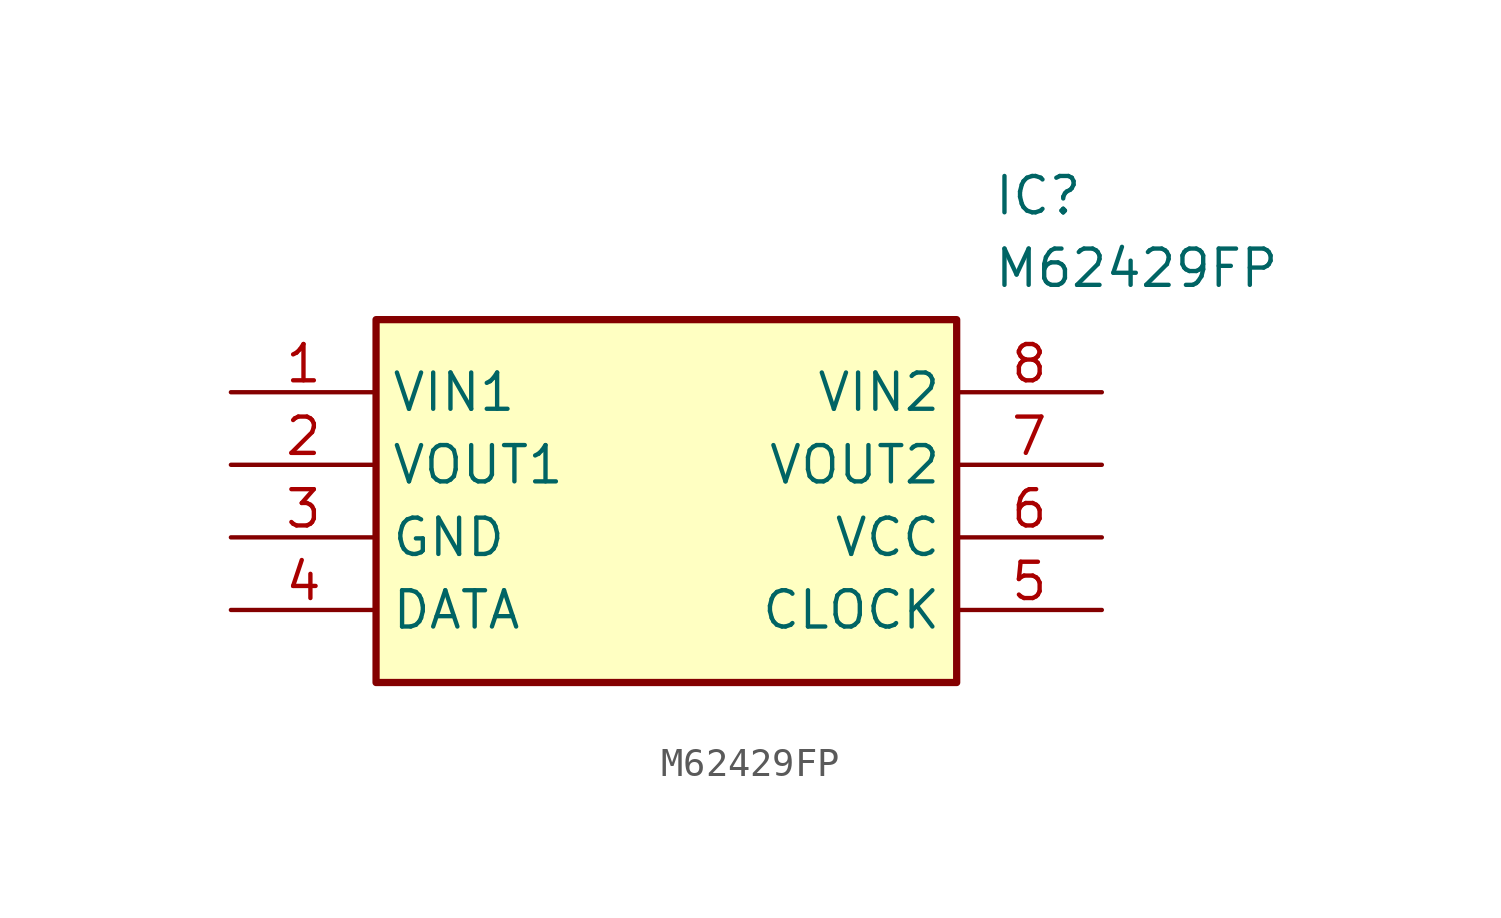
<source format=kicad_sym>
(kicad_symbol_lib
  (version 20211014)
  (generator SamacSys_ECAD_Model)
  (symbol "M62429FP"
    (property "Reference" "IC"
      (at 26.67 7.62 0)
      (effects (font (size 1.27 1.27)) (justify left top)))
    (property "Value" "M62429FP"
      (at 26.67 5.08 0)
      (effects (font (size 1.27 1.27)) (justify left top)))
    (rectangle
      (start 5.08 2.54)
      (end 25.4 -10.16)
      (stroke (width 0.254) (type default))
      (fill (type background)))
    (pin passive line
      (at 0 0 0)
      (length 5.08)
      (name "VIN1" (effects (font (size 1.27 1.27))))
      (number "1" (effects (font (size 1.27 1.27)))))
    (pin passive line
      (at 0 -2.54 0)
      (length 5.08)
      (name "VOUT1" (effects (font (size 1.27 1.27))))
      (number "2" (effects (font (size 1.27 1.27)))))
    (pin passive line
      (at 0 -5.08 0)
      (length 5.08)
      (name "GND" (effects (font (size 1.27 1.27))))
      (number "3" (effects (font (size 1.27 1.27)))))
    (pin passive line
      (at 0 -7.62 0)
      (length 5.08)
      (name "DATA" (effects (font (size 1.27 1.27))))
      (number "4" (effects (font (size 1.27 1.27)))))
    (pin passive line
      (at 30.48 0 180)
      (length 5.08)
      (name "VIN2" (effects (font (size 1.27 1.27))))
      (number "8" (effects (font (size 1.27 1.27)))))
    (pin passive line
      (at 30.48 -2.54 180)
      (length 5.08)
      (name "VOUT2" (effects (font (size 1.27 1.27))))
      (number "7" (effects (font (size 1.27 1.27)))))
    (pin passive line
      (at 30.48 -5.08 180)
      (length 5.08)
      (name "VCC" (effects (font (size 1.27 1.27))))
      (number "6" (effects (font (size 1.27 1.27)))))
    (pin passive line
      (at 30.48 -7.62 180)
      (length 5.08)
      (name "CLOCK" (effects (font (size 1.27 1.27))))
      (number "5" (effects (font (size 1.27 1.27)))))))
</source>
